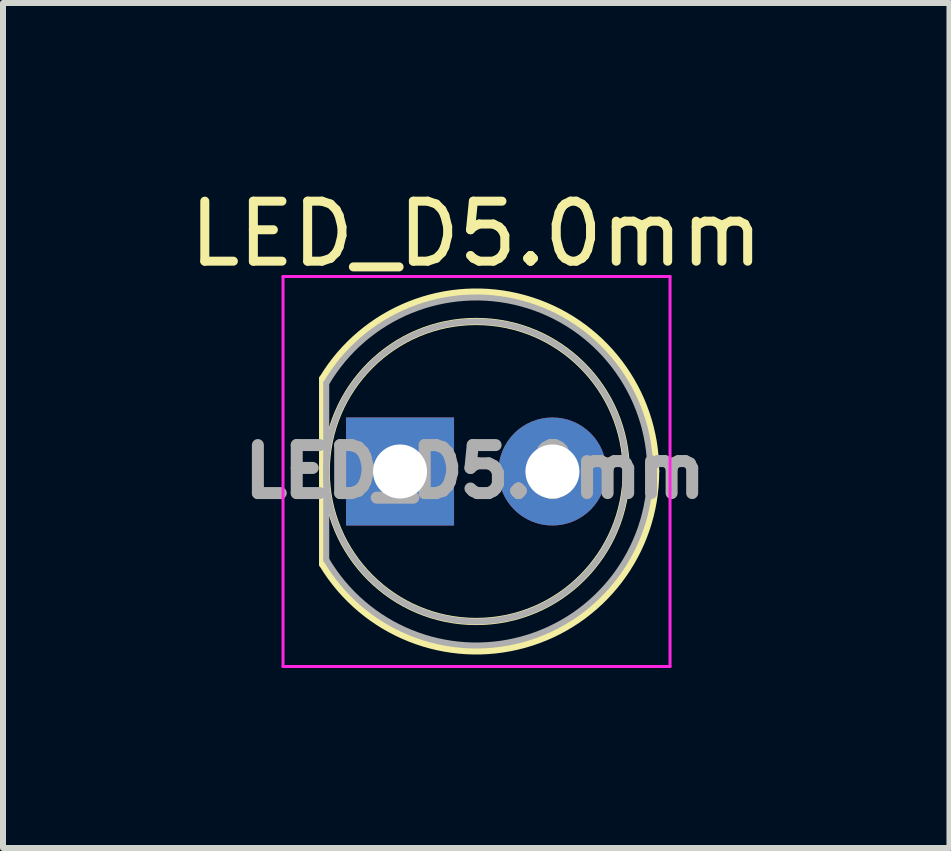
<source format=kicad_pcb>
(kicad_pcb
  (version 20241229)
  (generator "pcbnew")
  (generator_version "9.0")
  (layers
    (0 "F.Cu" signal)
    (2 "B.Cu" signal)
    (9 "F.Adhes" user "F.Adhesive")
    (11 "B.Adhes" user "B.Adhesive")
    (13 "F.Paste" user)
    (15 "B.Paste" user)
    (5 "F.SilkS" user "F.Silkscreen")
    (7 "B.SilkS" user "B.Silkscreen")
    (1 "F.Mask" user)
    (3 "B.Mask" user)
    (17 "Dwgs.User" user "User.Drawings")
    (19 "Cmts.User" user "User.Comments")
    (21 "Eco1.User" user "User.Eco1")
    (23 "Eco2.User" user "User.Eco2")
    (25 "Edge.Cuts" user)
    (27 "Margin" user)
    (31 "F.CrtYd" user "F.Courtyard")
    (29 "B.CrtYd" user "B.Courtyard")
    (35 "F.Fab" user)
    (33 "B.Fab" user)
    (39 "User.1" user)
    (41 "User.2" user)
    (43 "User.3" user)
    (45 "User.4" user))
  (footprint "LED_D5.0mm"
    (layer "F.Cu")
    (at 4.887 4.808)
    (property "Reference" "LED_D5.0mm" (at 0 -3.96 0) (layer "F.SilkS") (effects (font (size 1 1) (thickness 0.15))))
    (attr through_hole)
    (fp_line (start -2.56 -1.545) (end -2.56 1.545) (stroke (width 0.12) (type solid)) (layer "F.SilkS"))
    (fp_arc (start -2.56 -1.54483) (mid 0.802002 -2.880433) (end 2.99 0.000462) (stroke (width 0.12) (type solid)) (layer "F.SilkS"))
    (fp_arc (start 2.99 -0.000462) (mid 0.802002 2.880433) (end -2.56 1.54483) (stroke (width 0.12) (type solid)) (layer "F.SilkS"))
    (fp_circle (center 0 0) (end 2.5 0) (stroke (width 0.12) (type solid)) (fill no) (layer "F.SilkS"))
    (fp_line (start -3.22 -3.25) (end -3.22 3.25) (stroke (width 0.05) (type solid)) (layer "F.CrtYd"))
    (fp_line (start -3.22 3.25) (end 3.23 3.25) (stroke (width 0.05) (type solid)) (layer "F.CrtYd"))
    (fp_line (start 3.23 -3.25) (end -3.22 -3.25) (stroke (width 0.05) (type solid)) (layer "F.CrtYd"))
    (fp_line (start 3.23 3.25) (end 3.23 -3.25) (stroke (width 0.05) (type solid)) (layer "F.CrtYd"))
    (fp_line (start -2.5 -1.47) (end -2.5 1.47) (stroke (width 0.1) (type solid)) (layer "F.Fab"))
    (fp_arc (start -2.5 -1.469694) (mid 2.9 0.000016) (end -2.500016 1.469666) (stroke (width 0.1) (type solid)) (layer "F.Fab"))
    (fp_circle (center 0 0) (end 2.5 0) (stroke (width 0.1) (type solid)) (fill no) (layer "F.Fab"))
    (fp_text user "${REFERENCE}" (at -0.02 0 0) (layer "F.Fab") (effects (font (size 0.8 0.8) (thickness 0.2))))
    (pad "1" thru_hole rect (at -1.27 0) (size 1.8 1.8) (drill 0.9) (layers "*.Cu" "*.Mask"))
    (pad "2" thru_hole circle (at 1.27 0) (size 1.8 1.8) (drill 0.9) (layers "*.Cu" "*.Mask")))
  (gr_rect
    (start -3 -3)
    (end 12.774 11.083)
    (stroke (width 0.1) (type default))
    (fill no)
    (layer "Edge.Cuts")))
</source>
